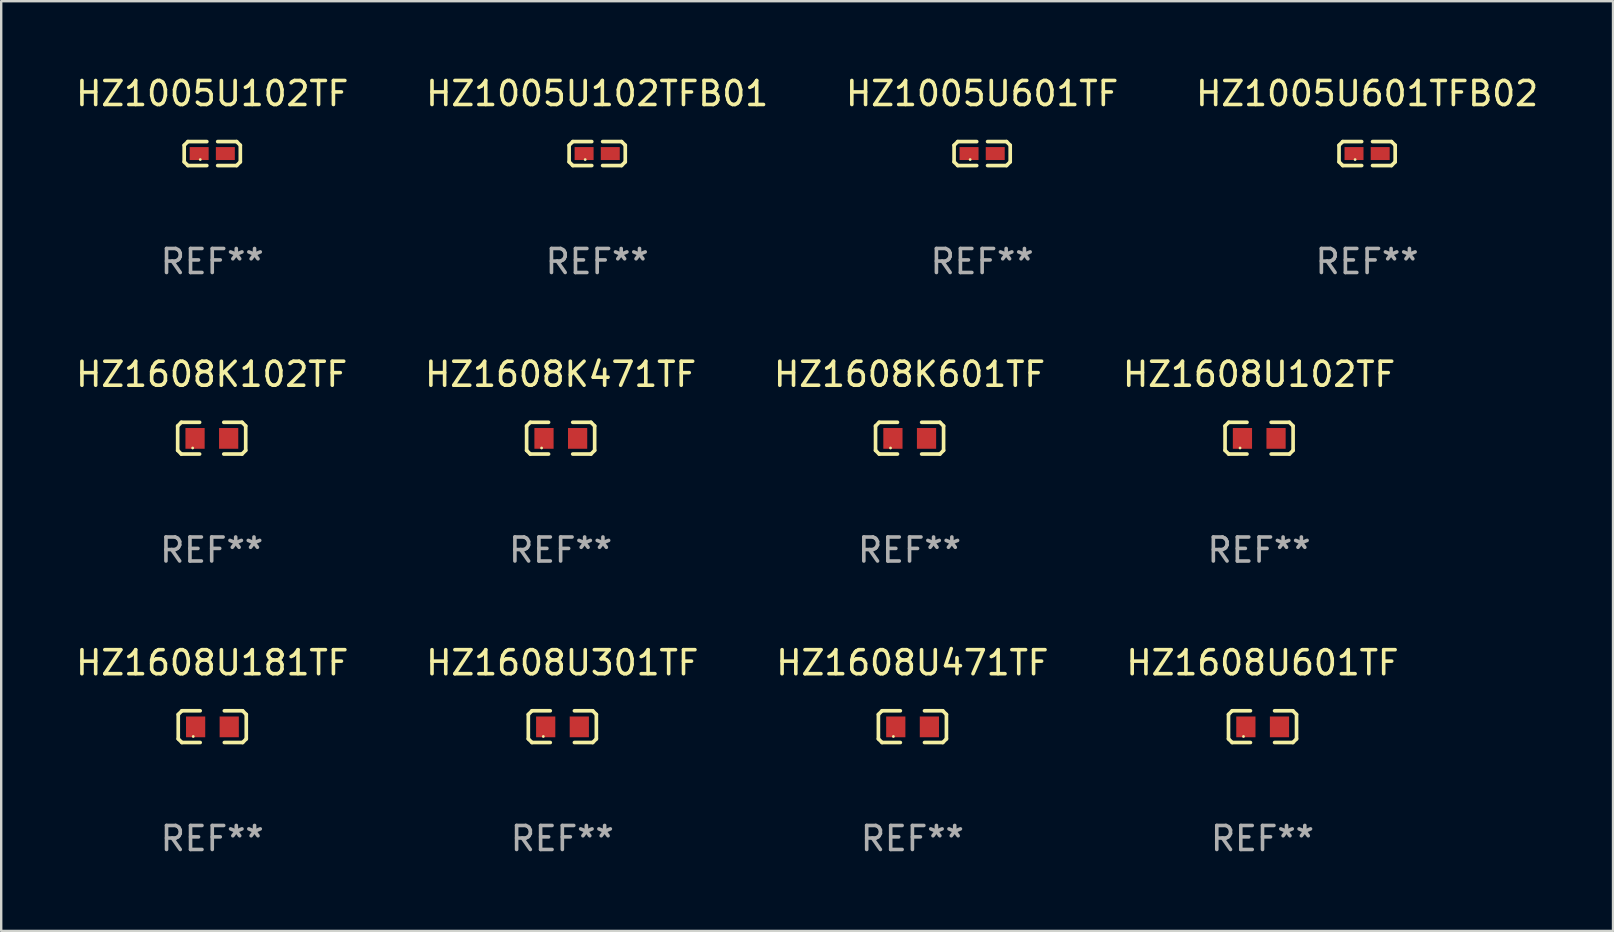
<source format=kicad_pcb>
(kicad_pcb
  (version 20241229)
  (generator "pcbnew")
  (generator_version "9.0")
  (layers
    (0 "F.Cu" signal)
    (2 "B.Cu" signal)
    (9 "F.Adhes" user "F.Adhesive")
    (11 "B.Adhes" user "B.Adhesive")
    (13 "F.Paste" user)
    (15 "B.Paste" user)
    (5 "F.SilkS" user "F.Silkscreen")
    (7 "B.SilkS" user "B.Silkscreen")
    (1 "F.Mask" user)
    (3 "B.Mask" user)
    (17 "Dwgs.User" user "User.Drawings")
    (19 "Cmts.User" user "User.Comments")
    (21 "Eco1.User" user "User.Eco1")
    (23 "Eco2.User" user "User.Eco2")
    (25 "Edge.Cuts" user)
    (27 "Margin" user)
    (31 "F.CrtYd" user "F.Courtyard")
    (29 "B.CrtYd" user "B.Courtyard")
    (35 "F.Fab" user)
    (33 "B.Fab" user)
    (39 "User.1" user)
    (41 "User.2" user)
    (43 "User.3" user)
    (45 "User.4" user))
  (footprint "HZ1608U471TF"
    (layer "F.Cu")
    (at 34.958 27.22)
    (property "Reference" "HZ1608U471TF" (at 0 -2.661 0) (layer "F.SilkS") (effects (font (size 1 1) (thickness 0.15))))
    (attr through_hole)
    (fp_line (start -1.417 -0.508) (end -1.265 -0.661) (stroke (width 0.152) (type solid)) (layer "F.SilkS"))
    (fp_line (start -1.417 0.508) (end -1.417 -0.508) (stroke (width 0.152) (type solid)) (layer "F.SilkS"))
    (fp_line (start -1.265 -0.661) (end -0.503 -0.661) (stroke (width 0.152) (type solid)) (layer "F.SilkS"))
    (fp_line (start -1.265 0.661) (end -1.417 0.508) (stroke (width 0.152) (type solid)) (layer "F.SilkS"))
    (fp_line (start -1.265 0.661) (end -0.503 0.661) (stroke (width 0.152) (type solid)) (layer "F.SilkS"))
    (fp_line (start 1.265 -0.661) (end 0.503 -0.661) (stroke (width 0.152) (type solid)) (layer "F.SilkS"))
    (fp_line (start 1.265 -0.661) (end 1.417 -0.508) (stroke (width 0.152) (type solid)) (layer "F.SilkS"))
    (fp_line (start 1.265 0.661) (end 0.503 0.661) (stroke (width 0.152) (type solid)) (layer "F.SilkS"))
    (fp_line (start 1.417 -0.508) (end 1.417 0.508) (stroke (width 0.152) (type solid)) (layer "F.SilkS"))
    (fp_line (start 1.417 0.508) (end 1.265 0.661) (stroke (width 0.152) (type solid)) (layer "F.SilkS"))
    (fp_circle (center -0.793 0.409) (end -0.763 0.409) (stroke (width 0.06) (type solid)) (fill no) (layer "F.SilkS"))
    (fp_text user "REF**" (at 0 4.661 0) (layer "F.Fab") (effects (font (size 1 1) (thickness 0.15))))
    (pad "1" smd rect (at -0.693 0.009 180) (size 0.8 0.864) (layers "F.Cu" "F.Mask" "F.Paste"))
    (pad "2" smd rect (at 0.707 0.009 180) (size 0.8 0.864) (layers "F.Cu" "F.Mask" "F.Paste")))
  (footprint "HZ1608K102TF"
    (layer "F.Cu")
    (at 5.768 15.203)
    (property "Reference" "HZ1608K102TF" (at 0 -2.661 0) (layer "F.SilkS") (effects (font (size 1 1) (thickness 0.15))))
    (attr through_hole)
    (fp_line (start -1.417 -0.508) (end -1.265 -0.661) (stroke (width 0.152) (type solid)) (layer "F.SilkS"))
    (fp_line (start -1.417 0.508) (end -1.417 -0.508) (stroke (width 0.152) (type solid)) (layer "F.SilkS"))
    (fp_line (start -1.265 -0.661) (end -0.503 -0.661) (stroke (width 0.152) (type solid)) (layer "F.SilkS"))
    (fp_line (start -1.265 0.661) (end -1.417 0.508) (stroke (width 0.152) (type solid)) (layer "F.SilkS"))
    (fp_line (start -1.265 0.661) (end -0.503 0.661) (stroke (width 0.152) (type solid)) (layer "F.SilkS"))
    (fp_line (start 1.265 -0.661) (end 0.503 -0.661) (stroke (width 0.152) (type solid)) (layer "F.SilkS"))
    (fp_line (start 1.265 -0.661) (end 1.417 -0.508) (stroke (width 0.152) (type solid)) (layer "F.SilkS"))
    (fp_line (start 1.265 0.661) (end 0.503 0.661) (stroke (width 0.152) (type solid)) (layer "F.SilkS"))
    (fp_line (start 1.417 -0.508) (end 1.417 0.508) (stroke (width 0.152) (type solid)) (layer "F.SilkS"))
    (fp_line (start 1.417 0.508) (end 1.265 0.661) (stroke (width 0.152) (type solid)) (layer "F.SilkS"))
    (fp_circle (center -0.793 0.409) (end -0.763 0.409) (stroke (width 0.06) (type solid)) (fill no) (layer "F.SilkS"))
    (fp_text user "REF**" (at 0 4.661 0) (layer "F.Fab") (effects (font (size 1 1) (thickness 0.15))))
    (pad "1" smd rect (at -0.693 0.009 180) (size 0.8 0.864) (layers "F.Cu" "F.Mask" "F.Paste"))
    (pad "2" smd rect (at 0.707 0.009 180) (size 0.8 0.864) (layers "F.Cu" "F.Mask" "F.Paste")))
  (footprint "HZ1005U601TFB02"
    (layer "F.Cu")
    (at 53.899 3.347)
    (property "Reference" "HZ1005U601TFB02" (at 0 -2.499 0) (layer "F.SilkS") (effects (font (size 1 1) (thickness 0.15))))
    (attr through_hole)
    (fp_line (start -1.169 -0.346) (end -1.016 -0.499) (stroke (width 0.152) (type solid)) (layer "F.SilkS"))
    (fp_line (start -1.169 0.346) (end -1.169 -0.346) (stroke (width 0.152) (type solid)) (layer "F.SilkS"))
    (fp_line (start -1.016 -0.499) (end -0.226 -0.499) (stroke (width 0.152) (type solid)) (layer "F.SilkS"))
    (fp_line (start -1.016 0.499) (end -1.169 0.346) (stroke (width 0.152) (type solid)) (layer "F.SilkS"))
    (fp_line (start -0.226 0.499) (end -1.016 0.499) (stroke (width 0.152) (type solid)) (layer "F.SilkS"))
    (fp_line (start 0.226 0.499) (end 1.016 0.499) (stroke (width 0.152) (type solid)) (layer "F.SilkS"))
    (fp_line (start 1.016 -0.499) (end 0.226 -0.499) (stroke (width 0.152) (type solid)) (layer "F.SilkS"))
    (fp_line (start 1.016 0.499) (end 1.169 0.346) (stroke (width 0.152) (type solid)) (layer "F.SilkS"))
    (fp_line (start 1.169 -0.346) (end 1.016 -0.499) (stroke (width 0.152) (type solid)) (layer "F.SilkS"))
    (fp_line (start 1.169 0.346) (end 1.169 -0.346) (stroke (width 0.152) (type solid)) (layer "F.SilkS"))
    (fp_circle (center -0.5 0.25) (end -0.47 0.25) (stroke (width 0.06) (type solid)) (fill no) (layer "F.SilkS"))
    (fp_text user "REF**" (at 0 4.499 0) (layer "F.Fab") (effects (font (size 1 1) (thickness 0.15))))
    (pad "1" smd rect (at -0.545 0) (size 0.79 0.54) (layers "F.Cu" "F.Mask" "F.Paste"))
    (pad "2" smd rect (at 0.545 0) (size 0.79 0.54) (layers "F.Cu" "F.Mask" "F.Paste")))
  (footprint "HZ1608K471TF"
    (layer "F.Cu")
    (at 20.304 15.203)
    (property "Reference" "HZ1608K471TF" (at 0 -2.661 0) (layer "F.SilkS") (effects (font (size 1 1) (thickness 0.15))))
    (attr through_hole)
    (fp_line (start -1.417 -0.508) (end -1.265 -0.661) (stroke (width 0.152) (type solid)) (layer "F.SilkS"))
    (fp_line (start -1.417 0.508) (end -1.417 -0.508) (stroke (width 0.152) (type solid)) (layer "F.SilkS"))
    (fp_line (start -1.265 -0.661) (end -0.503 -0.661) (stroke (width 0.152) (type solid)) (layer "F.SilkS"))
    (fp_line (start -1.265 0.661) (end -1.417 0.508) (stroke (width 0.152) (type solid)) (layer "F.SilkS"))
    (fp_line (start -1.265 0.661) (end -0.503 0.661) (stroke (width 0.152) (type solid)) (layer "F.SilkS"))
    (fp_line (start 1.265 -0.661) (end 0.503 -0.661) (stroke (width 0.152) (type solid)) (layer "F.SilkS"))
    (fp_line (start 1.265 -0.661) (end 1.417 -0.508) (stroke (width 0.152) (type solid)) (layer "F.SilkS"))
    (fp_line (start 1.265 0.661) (end 0.503 0.661) (stroke (width 0.152) (type solid)) (layer "F.SilkS"))
    (fp_line (start 1.417 -0.508) (end 1.417 0.508) (stroke (width 0.152) (type solid)) (layer "F.SilkS"))
    (fp_line (start 1.417 0.508) (end 1.265 0.661) (stroke (width 0.152) (type solid)) (layer "F.SilkS"))
    (fp_circle (center -0.793 0.409) (end -0.763 0.409) (stroke (width 0.06) (type solid)) (fill no) (layer "F.SilkS"))
    (fp_text user "REF**" (at 0 4.661 0) (layer "F.Fab") (effects (font (size 1 1) (thickness 0.15))))
    (pad "1" smd rect (at -0.693 0.009 180) (size 0.8 0.864) (layers "F.Cu" "F.Mask" "F.Paste"))
    (pad "2" smd rect (at 0.707 0.009 180) (size 0.8 0.864) (layers "F.Cu" "F.Mask" "F.Paste")))
  (footprint "HZ1608U601TF"
    (layer "F.Cu")
    (at 49.542 27.22)
    (property "Reference" "HZ1608U601TF" (at 0 -2.661 0) (layer "F.SilkS") (effects (font (size 1 1) (thickness 0.15))))
    (attr through_hole)
    (fp_line (start -1.417 -0.508) (end -1.265 -0.661) (stroke (width 0.152) (type solid)) (layer "F.SilkS"))
    (fp_line (start -1.417 0.508) (end -1.417 -0.508) (stroke (width 0.152) (type solid)) (layer "F.SilkS"))
    (fp_line (start -1.265 -0.661) (end -0.503 -0.661) (stroke (width 0.152) (type solid)) (layer "F.SilkS"))
    (fp_line (start -1.265 0.661) (end -1.417 0.508) (stroke (width 0.152) (type solid)) (layer "F.SilkS"))
    (fp_line (start -1.265 0.661) (end -0.503 0.661) (stroke (width 0.152) (type solid)) (layer "F.SilkS"))
    (fp_line (start 1.265 -0.661) (end 0.503 -0.661) (stroke (width 0.152) (type solid)) (layer "F.SilkS"))
    (fp_line (start 1.265 -0.661) (end 1.417 -0.508) (stroke (width 0.152) (type solid)) (layer "F.SilkS"))
    (fp_line (start 1.265 0.661) (end 0.503 0.661) (stroke (width 0.152) (type solid)) (layer "F.SilkS"))
    (fp_line (start 1.417 -0.508) (end 1.417 0.508) (stroke (width 0.152) (type solid)) (layer "F.SilkS"))
    (fp_line (start 1.417 0.508) (end 1.265 0.661) (stroke (width 0.152) (type solid)) (layer "F.SilkS"))
    (fp_circle (center -0.793 0.409) (end -0.763 0.409) (stroke (width 0.06) (type solid)) (fill no) (layer "F.SilkS"))
    (fp_text user "REF**" (at 0 4.661 0) (layer "F.Fab") (effects (font (size 1 1) (thickness 0.15))))
    (pad "1" smd rect (at -0.693 0.009 180) (size 0.8 0.864) (layers "F.Cu" "F.Mask" "F.Paste"))
    (pad "2" smd rect (at 0.707 0.009 180) (size 0.8 0.864) (layers "F.Cu" "F.Mask" "F.Paste")))
  (footprint "HZ1608U102TF"
    (layer "F.Cu")
    (at 49.399 15.203)
    (property "Reference" "HZ1608U102TF" (at 0 -2.661 0) (layer "F.SilkS") (effects (font (size 1 1) (thickness 0.15))))
    (attr through_hole)
    (fp_line (start -1.417 -0.508) (end -1.265 -0.661) (stroke (width 0.152) (type solid)) (layer "F.SilkS"))
    (fp_line (start -1.417 0.508) (end -1.417 -0.508) (stroke (width 0.152) (type solid)) (layer "F.SilkS"))
    (fp_line (start -1.265 -0.661) (end -0.503 -0.661) (stroke (width 0.152) (type solid)) (layer "F.SilkS"))
    (fp_line (start -1.265 0.661) (end -1.417 0.508) (stroke (width 0.152) (type solid)) (layer "F.SilkS"))
    (fp_line (start -1.265 0.661) (end -0.503 0.661) (stroke (width 0.152) (type solid)) (layer "F.SilkS"))
    (fp_line (start 1.265 -0.661) (end 0.503 -0.661) (stroke (width 0.152) (type solid)) (layer "F.SilkS"))
    (fp_line (start 1.265 -0.661) (end 1.417 -0.508) (stroke (width 0.152) (type solid)) (layer "F.SilkS"))
    (fp_line (start 1.265 0.661) (end 0.503 0.661) (stroke (width 0.152) (type solid)) (layer "F.SilkS"))
    (fp_line (start 1.417 -0.508) (end 1.417 0.508) (stroke (width 0.152) (type solid)) (layer "F.SilkS"))
    (fp_line (start 1.417 0.508) (end 1.265 0.661) (stroke (width 0.152) (type solid)) (layer "F.SilkS"))
    (fp_circle (center -0.793 0.409) (end -0.763 0.409) (stroke (width 0.06) (type solid)) (fill no) (layer "F.SilkS"))
    (fp_text user "REF**" (at 0 4.661 0) (layer "F.Fab") (effects (font (size 1 1) (thickness 0.15))))
    (pad "1" smd rect (at -0.693 0.009 180) (size 0.8 0.864) (layers "F.Cu" "F.Mask" "F.Paste"))
    (pad "2" smd rect (at 0.707 0.009 180) (size 0.8 0.864) (layers "F.Cu" "F.Mask" "F.Paste")))
  (footprint "HZ1005U102TF"
    (layer "F.Cu")
    (at 5.792 3.347)
    (property "Reference" "HZ1005U102TF" (at 0 -2.499 0) (layer "F.SilkS") (effects (font (size 1 1) (thickness 0.15))))
    (attr through_hole)
    (fp_line (start -1.169 -0.346) (end -1.016 -0.499) (stroke (width 0.152) (type solid)) (layer "F.SilkS"))
    (fp_line (start -1.169 0.346) (end -1.169 -0.346) (stroke (width 0.152) (type solid)) (layer "F.SilkS"))
    (fp_line (start -1.016 -0.499) (end -0.226 -0.499) (stroke (width 0.152) (type solid)) (layer "F.SilkS"))
    (fp_line (start -1.016 0.499) (end -1.169 0.346) (stroke (width 0.152) (type solid)) (layer "F.SilkS"))
    (fp_line (start -0.226 0.499) (end -1.016 0.499) (stroke (width 0.152) (type solid)) (layer "F.SilkS"))
    (fp_line (start 0.226 0.499) (end 1.016 0.499) (stroke (width 0.152) (type solid)) (layer "F.SilkS"))
    (fp_line (start 1.016 -0.499) (end 0.226 -0.499) (stroke (width 0.152) (type solid)) (layer "F.SilkS"))
    (fp_line (start 1.016 0.499) (end 1.169 0.346) (stroke (width 0.152) (type solid)) (layer "F.SilkS"))
    (fp_line (start 1.169 -0.346) (end 1.016 -0.499) (stroke (width 0.152) (type solid)) (layer "F.SilkS"))
    (fp_line (start 1.169 0.346) (end 1.169 -0.346) (stroke (width 0.152) (type solid)) (layer "F.SilkS"))
    (fp_circle (center -0.5 0.25) (end -0.47 0.25) (stroke (width 0.06) (type solid)) (fill no) (layer "F.SilkS"))
    (fp_text user "REF**" (at 0 4.499 0) (layer "F.Fab") (effects (font (size 1 1) (thickness 0.15))))
    (pad "1" smd rect (at -0.545 0) (size 0.79 0.54) (layers "F.Cu" "F.Mask" "F.Paste"))
    (pad "2" smd rect (at 0.545 0) (size 0.79 0.54) (layers "F.Cu" "F.Mask" "F.Paste")))
  (footprint "HZ1608U181TF"
    (layer "F.Cu")
    (at 5.792 27.22)
    (property "Reference" "HZ1608U181TF" (at 0 -2.661 0) (layer "F.SilkS") (effects (font (size 1 1) (thickness 0.15))))
    (attr through_hole)
    (fp_line (start -1.417 -0.508) (end -1.265 -0.661) (stroke (width 0.152) (type solid)) (layer "F.SilkS"))
    (fp_line (start -1.417 0.508) (end -1.417 -0.508) (stroke (width 0.152) (type solid)) (layer "F.SilkS"))
    (fp_line (start -1.265 -0.661) (end -0.503 -0.661) (stroke (width 0.152) (type solid)) (layer "F.SilkS"))
    (fp_line (start -1.265 0.661) (end -1.417 0.508) (stroke (width 0.152) (type solid)) (layer "F.SilkS"))
    (fp_line (start -1.265 0.661) (end -0.503 0.661) (stroke (width 0.152) (type solid)) (layer "F.SilkS"))
    (fp_line (start 1.265 -0.661) (end 0.503 -0.661) (stroke (width 0.152) (type solid)) (layer "F.SilkS"))
    (fp_line (start 1.265 -0.661) (end 1.417 -0.508) (stroke (width 0.152) (type solid)) (layer "F.SilkS"))
    (fp_line (start 1.265 0.661) (end 0.503 0.661) (stroke (width 0.152) (type solid)) (layer "F.SilkS"))
    (fp_line (start 1.417 -0.508) (end 1.417 0.508) (stroke (width 0.152) (type solid)) (layer "F.SilkS"))
    (fp_line (start 1.417 0.508) (end 1.265 0.661) (stroke (width 0.152) (type solid)) (layer "F.SilkS"))
    (fp_circle (center -0.793 0.409) (end -0.763 0.409) (stroke (width 0.06) (type solid)) (fill no) (layer "F.SilkS"))
    (fp_text user "REF**" (at 0 4.661 0) (layer "F.Fab") (effects (font (size 1 1) (thickness 0.15))))
    (pad "1" smd rect (at -0.693 0.009 180) (size 0.8 0.864) (layers "F.Cu" "F.Mask" "F.Paste"))
    (pad "2" smd rect (at 0.707 0.009 180) (size 0.8 0.864) (layers "F.Cu" "F.Mask" "F.Paste")))
  (footprint "HZ1005U102TFB01"
    (layer "F.Cu")
    (at 21.827 3.347)
    (property "Reference" "HZ1005U102TFB01" (at 0 -2.499 0) (layer "F.SilkS") (effects (font (size 1 1) (thickness 0.15))))
    (attr through_hole)
    (fp_line (start -1.169 -0.346) (end -1.016 -0.499) (stroke (width 0.152) (type solid)) (layer "F.SilkS"))
    (fp_line (start -1.169 0.346) (end -1.169 -0.346) (stroke (width 0.152) (type solid)) (layer "F.SilkS"))
    (fp_line (start -1.016 -0.499) (end -0.226 -0.499) (stroke (width 0.152) (type solid)) (layer "F.SilkS"))
    (fp_line (start -1.016 0.499) (end -1.169 0.346) (stroke (width 0.152) (type solid)) (layer "F.SilkS"))
    (fp_line (start -0.226 0.499) (end -1.016 0.499) (stroke (width 0.152) (type solid)) (layer "F.SilkS"))
    (fp_line (start 0.226 0.499) (end 1.016 0.499) (stroke (width 0.152) (type solid)) (layer "F.SilkS"))
    (fp_line (start 1.016 -0.499) (end 0.226 -0.499) (stroke (width 0.152) (type solid)) (layer "F.SilkS"))
    (fp_line (start 1.016 0.499) (end 1.169 0.346) (stroke (width 0.152) (type solid)) (layer "F.SilkS"))
    (fp_line (start 1.169 -0.346) (end 1.016 -0.499) (stroke (width 0.152) (type solid)) (layer "F.SilkS"))
    (fp_line (start 1.169 0.346) (end 1.169 -0.346) (stroke (width 0.152) (type solid)) (layer "F.SilkS"))
    (fp_circle (center -0.5 0.25) (end -0.47 0.25) (stroke (width 0.06) (type solid)) (fill no) (layer "F.SilkS"))
    (fp_text user "REF**" (at 0 4.499 0) (layer "F.Fab") (effects (font (size 1 1) (thickness 0.15))))
    (pad "1" smd rect (at -0.545 0) (size 0.79 0.54) (layers "F.Cu" "F.Mask" "F.Paste"))
    (pad "2" smd rect (at 0.545 0) (size 0.79 0.54) (layers "F.Cu" "F.Mask" "F.Paste")))
  (footprint "HZ1608U301TF"
    (layer "F.Cu")
    (at 20.375 27.22)
    (property "Reference" "HZ1608U301TF" (at 0 -2.661 0) (layer "F.SilkS") (effects (font (size 1 1) (thickness 0.15))))
    (attr through_hole)
    (fp_line (start -1.417 -0.508) (end -1.265 -0.661) (stroke (width 0.152) (type solid)) (layer "F.SilkS"))
    (fp_line (start -1.417 0.508) (end -1.417 -0.508) (stroke (width 0.152) (type solid)) (layer "F.SilkS"))
    (fp_line (start -1.265 -0.661) (end -0.503 -0.661) (stroke (width 0.152) (type solid)) (layer "F.SilkS"))
    (fp_line (start -1.265 0.661) (end -1.417 0.508) (stroke (width 0.152) (type solid)) (layer "F.SilkS"))
    (fp_line (start -1.265 0.661) (end -0.503 0.661) (stroke (width 0.152) (type solid)) (layer "F.SilkS"))
    (fp_line (start 1.265 -0.661) (end 0.503 -0.661) (stroke (width 0.152) (type solid)) (layer "F.SilkS"))
    (fp_line (start 1.265 -0.661) (end 1.417 -0.508) (stroke (width 0.152) (type solid)) (layer "F.SilkS"))
    (fp_line (start 1.265 0.661) (end 0.503 0.661) (stroke (width 0.152) (type solid)) (layer "F.SilkS"))
    (fp_line (start 1.417 -0.508) (end 1.417 0.508) (stroke (width 0.152) (type solid)) (layer "F.SilkS"))
    (fp_line (start 1.417 0.508) (end 1.265 0.661) (stroke (width 0.152) (type solid)) (layer "F.SilkS"))
    (fp_circle (center -0.793 0.409) (end -0.763 0.409) (stroke (width 0.06) (type solid)) (fill no) (layer "F.SilkS"))
    (fp_text user "REF**" (at 0 4.661 0) (layer "F.Fab") (effects (font (size 1 1) (thickness 0.15))))
    (pad "1" smd rect (at -0.693 0.009 180) (size 0.8 0.864) (layers "F.Cu" "F.Mask" "F.Paste"))
    (pad "2" smd rect (at 0.707 0.009 180) (size 0.8 0.864) (layers "F.Cu" "F.Mask" "F.Paste")))
  (footprint "HZ1608K601TF"
    (layer "F.Cu")
    (at 34.839 15.203)
    (property "Reference" "HZ1608K601TF" (at 0 -2.661 0) (layer "F.SilkS") (effects (font (size 1 1) (thickness 0.15))))
    (attr through_hole)
    (fp_line (start -1.417 -0.508) (end -1.265 -0.661) (stroke (width 0.152) (type solid)) (layer "F.SilkS"))
    (fp_line (start -1.417 0.508) (end -1.417 -0.508) (stroke (width 0.152) (type solid)) (layer "F.SilkS"))
    (fp_line (start -1.265 -0.661) (end -0.503 -0.661) (stroke (width 0.152) (type solid)) (layer "F.SilkS"))
    (fp_line (start -1.265 0.661) (end -1.417 0.508) (stroke (width 0.152) (type solid)) (layer "F.SilkS"))
    (fp_line (start -1.265 0.661) (end -0.503 0.661) (stroke (width 0.152) (type solid)) (layer "F.SilkS"))
    (fp_line (start 1.265 -0.661) (end 0.503 -0.661) (stroke (width 0.152) (type solid)) (layer "F.SilkS"))
    (fp_line (start 1.265 -0.661) (end 1.417 -0.508) (stroke (width 0.152) (type solid)) (layer "F.SilkS"))
    (fp_line (start 1.265 0.661) (end 0.503 0.661) (stroke (width 0.152) (type solid)) (layer "F.SilkS"))
    (fp_line (start 1.417 -0.508) (end 1.417 0.508) (stroke (width 0.152) (type solid)) (layer "F.SilkS"))
    (fp_line (start 1.417 0.508) (end 1.265 0.661) (stroke (width 0.152) (type solid)) (layer "F.SilkS"))
    (fp_circle (center -0.793 0.409) (end -0.763 0.409) (stroke (width 0.06) (type solid)) (fill no) (layer "F.SilkS"))
    (fp_text user "REF**" (at 0 4.661 0) (layer "F.Fab") (effects (font (size 1 1) (thickness 0.15))))
    (pad "1" smd rect (at -0.693 0.009 180) (size 0.8 0.864) (layers "F.Cu" "F.Mask" "F.Paste"))
    (pad "2" smd rect (at 0.707 0.009 180) (size 0.8 0.864) (layers "F.Cu" "F.Mask" "F.Paste")))
  (footprint "HZ1005U601TF"
    (layer "F.Cu")
    (at 37.863 3.347)
    (property "Reference" "HZ1005U601TF" (at 0 -2.499 0) (layer "F.SilkS") (effects (font (size 1 1) (thickness 0.15))))
    (attr through_hole)
    (fp_line (start -1.169 -0.346) (end -1.016 -0.499) (stroke (width 0.152) (type solid)) (layer "F.SilkS"))
    (fp_line (start -1.169 0.346) (end -1.169 -0.346) (stroke (width 0.152) (type solid)) (layer "F.SilkS"))
    (fp_line (start -1.016 -0.499) (end -0.226 -0.499) (stroke (width 0.152) (type solid)) (layer "F.SilkS"))
    (fp_line (start -1.016 0.499) (end -1.169 0.346) (stroke (width 0.152) (type solid)) (layer "F.SilkS"))
    (fp_line (start -0.226 0.499) (end -1.016 0.499) (stroke (width 0.152) (type solid)) (layer "F.SilkS"))
    (fp_line (start 0.226 0.499) (end 1.016 0.499) (stroke (width 0.152) (type solid)) (layer "F.SilkS"))
    (fp_line (start 1.016 -0.499) (end 0.226 -0.499) (stroke (width 0.152) (type solid)) (layer "F.SilkS"))
    (fp_line (start 1.016 0.499) (end 1.169 0.346) (stroke (width 0.152) (type solid)) (layer "F.SilkS"))
    (fp_line (start 1.169 -0.346) (end 1.016 -0.499) (stroke (width 0.152) (type solid)) (layer "F.SilkS"))
    (fp_line (start 1.169 0.346) (end 1.169 -0.346) (stroke (width 0.152) (type solid)) (layer "F.SilkS"))
    (fp_circle (center -0.5 0.25) (end -0.47 0.25) (stroke (width 0.06) (type solid)) (fill no) (layer "F.SilkS"))
    (fp_text user "REF**" (at 0 4.499 0) (layer "F.Fab") (effects (font (size 1 1) (thickness 0.15))))
    (pad "1" smd rect (at -0.545 0) (size 0.79 0.54) (layers "F.Cu" "F.Mask" "F.Paste"))
    (pad "2" smd rect (at 0.545 0) (size 0.79 0.54) (layers "F.Cu" "F.Mask" "F.Paste")))
  (gr_rect
    (start -3 -3)
    (end 64.143 35.729)
    (stroke (width 0.1) (type default))
    (fill no)
    (layer "Edge.Cuts")))
</source>
